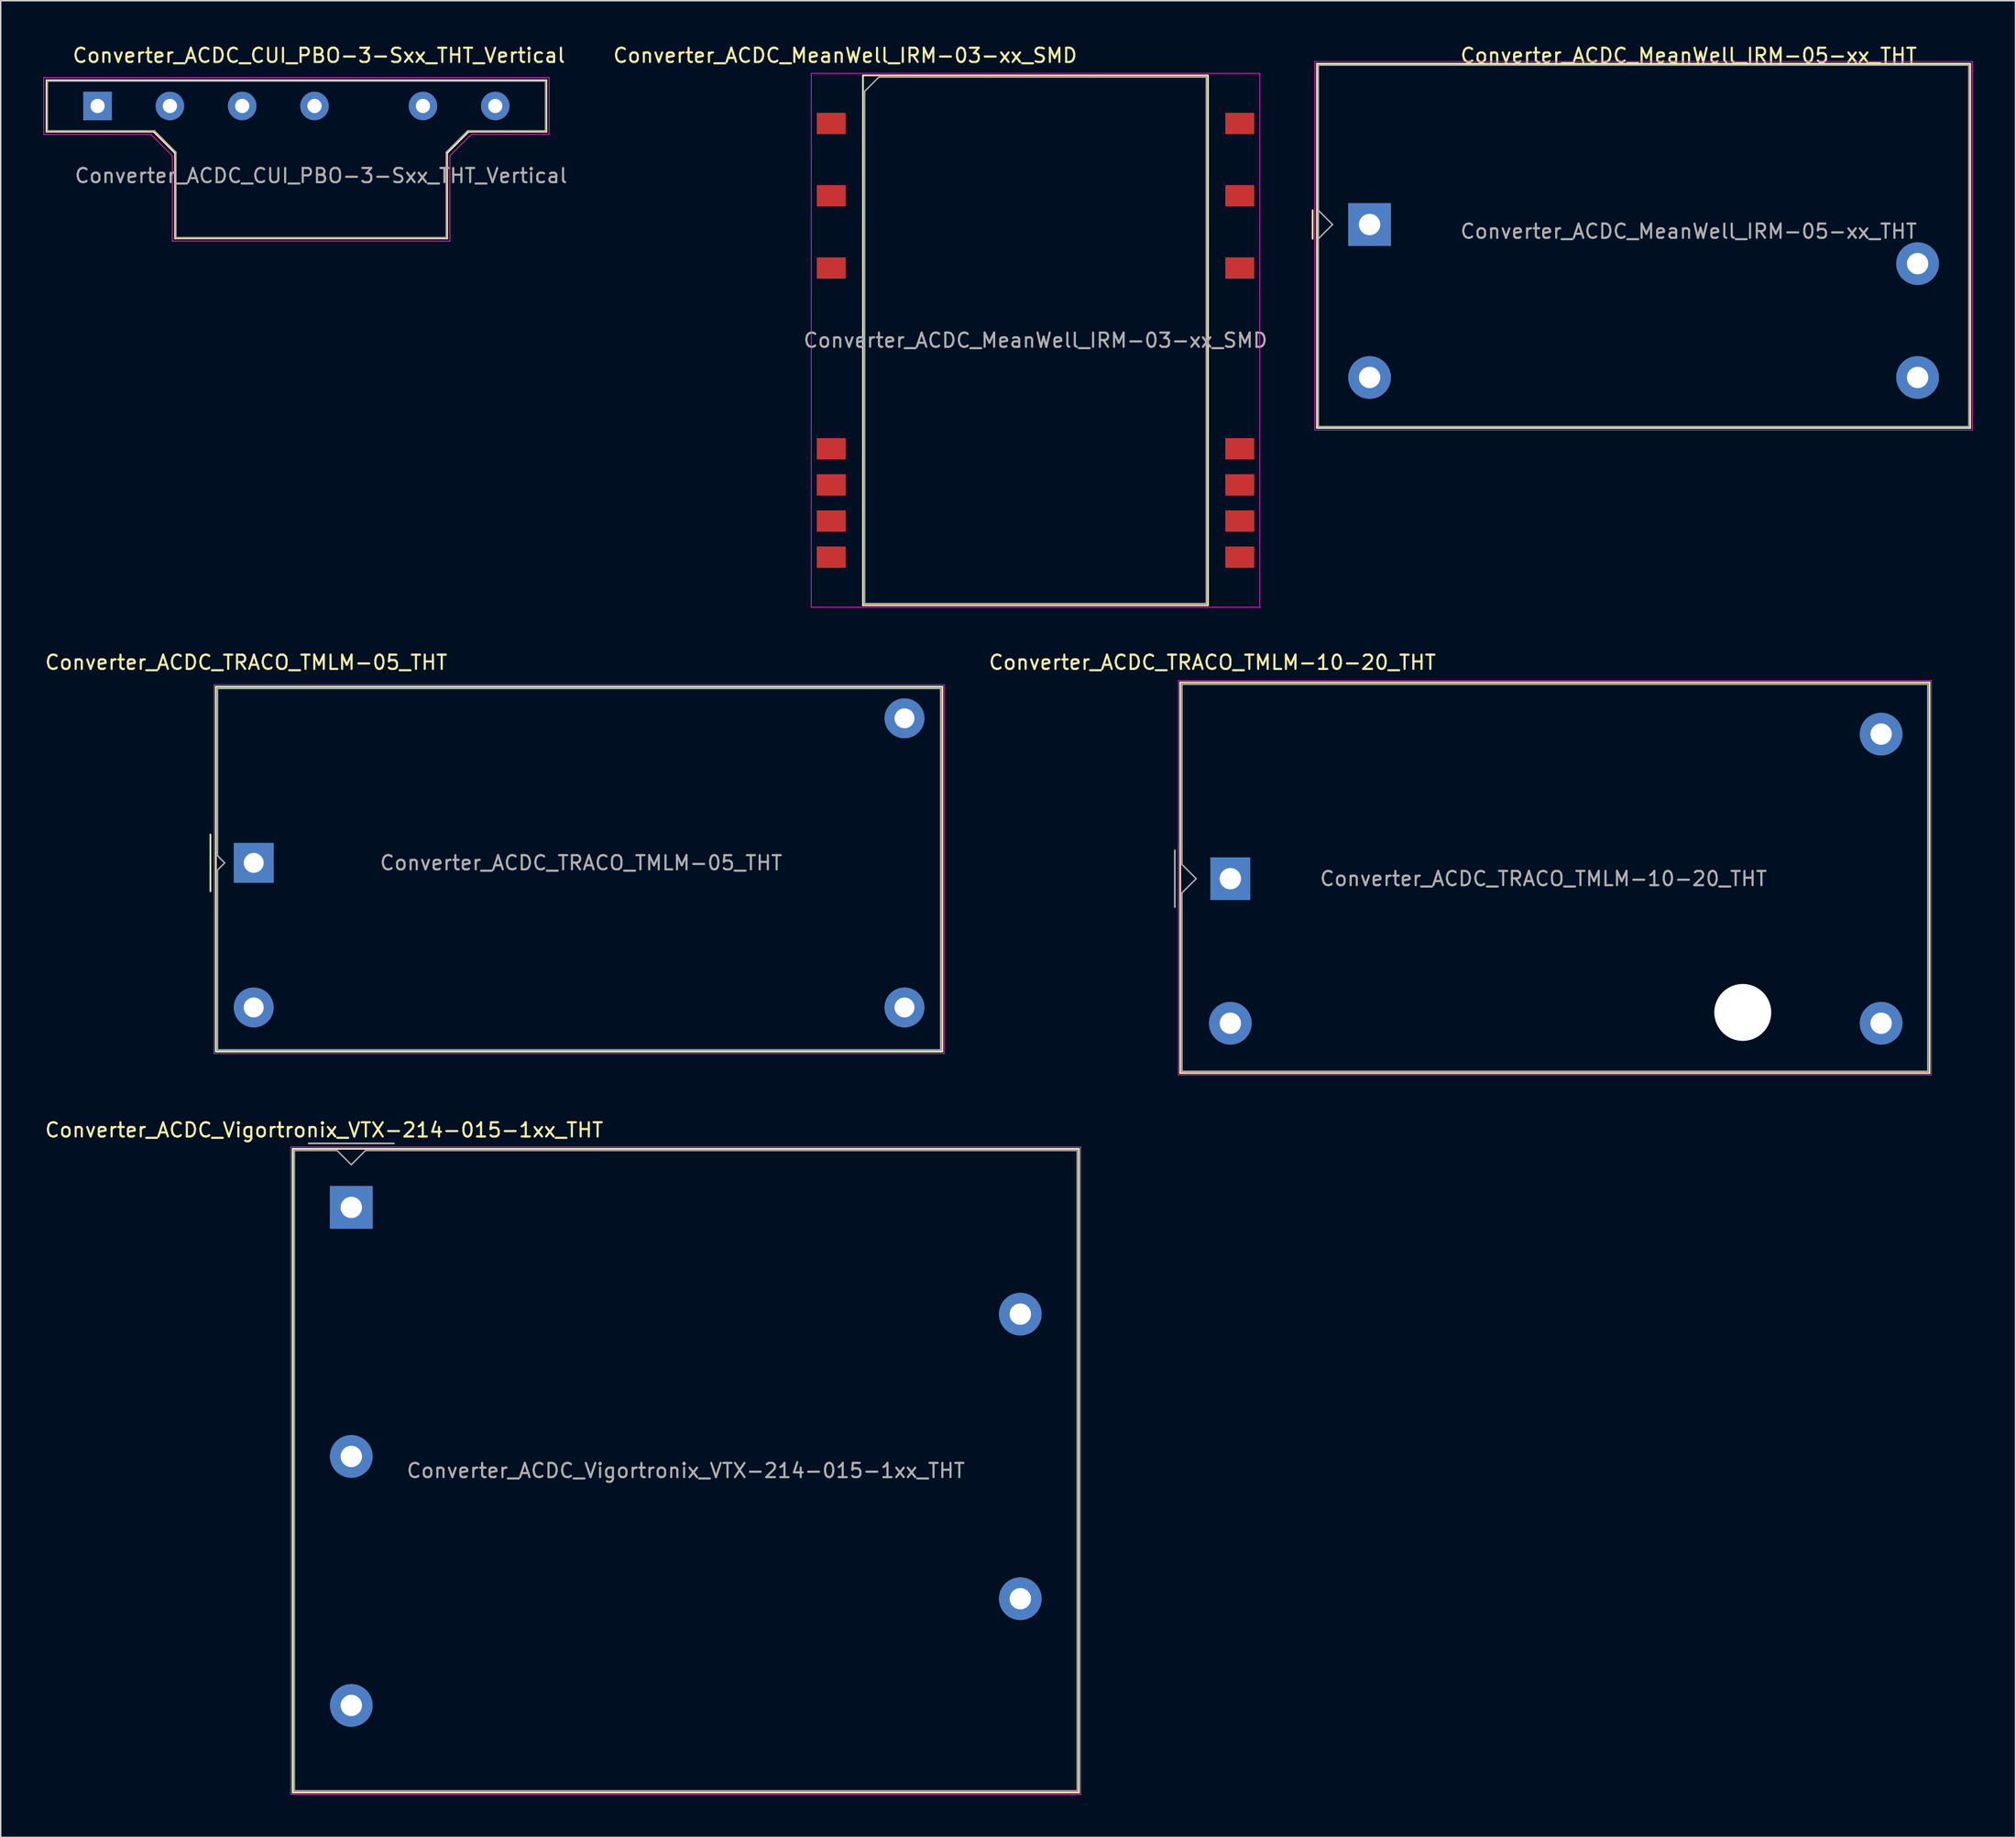
<source format=kicad_pcb>
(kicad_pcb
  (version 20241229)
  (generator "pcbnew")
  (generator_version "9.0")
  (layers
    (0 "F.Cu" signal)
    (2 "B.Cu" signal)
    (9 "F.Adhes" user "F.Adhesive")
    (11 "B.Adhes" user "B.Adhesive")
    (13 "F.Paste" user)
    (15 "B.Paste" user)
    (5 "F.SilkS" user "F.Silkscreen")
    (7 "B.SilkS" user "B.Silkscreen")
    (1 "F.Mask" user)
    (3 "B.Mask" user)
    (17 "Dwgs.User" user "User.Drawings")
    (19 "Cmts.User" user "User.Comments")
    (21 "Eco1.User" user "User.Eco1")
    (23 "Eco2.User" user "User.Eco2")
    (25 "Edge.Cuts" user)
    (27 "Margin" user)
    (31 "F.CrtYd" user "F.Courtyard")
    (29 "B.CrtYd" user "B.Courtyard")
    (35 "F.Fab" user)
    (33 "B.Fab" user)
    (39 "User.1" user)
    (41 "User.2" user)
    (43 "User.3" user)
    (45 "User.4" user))
  (footprint "Converter_ACDC_Vigortronix_VTX-214-015-1xx_THT"
    (layer "F.Cu")
    (at 21.63 81.805)
    (property "Reference" "Converter_ACDC_Vigortronix_VTX-214-015-1xx_THT" (at -1.91 -5.44 0) (layer "F.SilkS") (effects (font (size 1 1) (thickness 0.15))))
    (attr through_hole)
    (fp_line (start -4.12 -4.12) (end 51.12 -4.12) (stroke (width 0.12) (type solid)) (layer "F.SilkS"))
    (fp_line (start -4.12 41.12) (end -4.12 -4.12) (stroke (width 0.12) (type solid)) (layer "F.SilkS"))
    (fp_line (start 51.12 -4.12) (end 51.12 41.12) (stroke (width 0.12) (type solid)) (layer "F.SilkS"))
    (fp_line (start 51.12 41.12) (end -4.12 41.12) (stroke (width 0.12) (type solid)) (layer "F.SilkS"))
    (fp_line (start -4.25 -4.25) (end 51.25 -4.25) (stroke (width 0.05) (type solid)) (layer "F.CrtYd"))
    (fp_line (start -4.25 41.25) (end -4.25 -4.25) (stroke (width 0.05) (type solid)) (layer "F.CrtYd"))
    (fp_line (start 51.25 -4.25) (end 51.25 41.25) (stroke (width 0.05) (type solid)) (layer "F.CrtYd"))
    (fp_line (start 51.25 41.25) (end -4.25 41.25) (stroke (width 0.05) (type solid)) (layer "F.CrtYd"))
    (fp_line (start -4 -4) (end -1 -4) (stroke (width 0.1) (type solid)) (layer "F.Fab"))
    (fp_line (start -4 41) (end -4 -4) (stroke (width 0.1) (type solid)) (layer "F.Fab"))
    (fp_line (start -3 -4.5) (end 3 -4.5) (stroke (width 0.12) (type solid)) (layer "F.Fab"))
    (fp_line (start -1 -4) (end 0 -3) (stroke (width 0.1) (type solid)) (layer "F.Fab"))
    (fp_line (start 0 -3) (end 1 -4) (stroke (width 0.1) (type solid)) (layer "F.Fab"))
    (fp_line (start 1 -4) (end 51 -4) (stroke (width 0.1) (type solid)) (layer "F.Fab"))
    (fp_line (start 51 -4) (end 51 41) (stroke (width 0.1) (type solid)) (layer "F.Fab"))
    (fp_line (start 51 41) (end -4 41) (stroke (width 0.1) (type solid)) (layer "F.Fab"))
    (fp_text user "${REFERENCE}" (at 23.5 18.5 0) (layer "F.Fab") (effects (font (size 1 1) (thickness 0.15))))
    (pad "1" thru_hole rect (at 0 0) (size 3 3) (drill 1.5) (layers "*.Cu" "*.Mask"))
    (pad "2" thru_hole circle (at 0 17.5) (size 3 3) (drill 1.5) (layers "*.Cu" "*.Mask"))
    (pad "3" thru_hole circle (at 0 35) (size 3 3) (drill 1.5) (layers "*.Cu" "*.Mask"))
    (pad "4" thru_hole circle (at 47 27.5) (size 3 3) (drill 1.5) (layers "*.Cu" "*.Mask"))
    (pad "5" thru_hole circle (at 47 7.5) (size 3 3) (drill 1.5) (layers "*.Cu" "*.Mask")))
  (footprint "Converter_ACDC_TRACO_TMLM-10-20_THT"
    (layer "F.Cu")
    (at 83.385 58.702)
    (property "Reference" "Converter_ACDC_TRACO_TMLM-10-20_THT" (at -1.26 -15.2 0) (layer "F.SilkS") (effects (font (size 1 1) (thickness 0.15))))
    (attr through_hole)
    (fp_line (start -3.52 -13.79) (end 49.12 -13.79) (stroke (width 0.12) (type solid)) (layer "F.SilkS"))
    (fp_line (start -3.52 13.66) (end -3.52 -13.79) (stroke (width 0.12) (type solid)) (layer "F.SilkS"))
    (fp_line (start 49.12 -13.79) (end 49.12 13.66) (stroke (width 0.12) (type solid)) (layer "F.SilkS"))
    (fp_line (start 49.12 13.66) (end -3.52 13.66) (stroke (width 0.12) (type solid)) (layer "F.SilkS"))
    (fp_line (start -3.65 -13.92) (end -3.65 13.79) (stroke (width 0.05) (type solid)) (layer "F.CrtYd"))
    (fp_line (start -3.65 -13.92) (end 49.25 -13.92) (stroke (width 0.05) (type solid)) (layer "F.CrtYd"))
    (fp_line (start -3.65 13.79) (end 49.25 13.79) (stroke (width 0.05) (type solid)) (layer "F.CrtYd"))
    (fp_line (start 49.25 -13.92) (end 49.25 13.79) (stroke (width 0.05) (type solid)) (layer "F.CrtYd"))
    (fp_line (start -3.9 -2) (end -3.9 2) (stroke (width 0.12) (type solid)) (layer "F.Fab"))
    (fp_line (start -3.4 -13.66) (end 49 -13.66) (stroke (width 0.1) (type solid)) (layer "F.Fab"))
    (fp_line (start -3.4 -1) (end -3.4 -13.66) (stroke (width 0.1) (type solid)) (layer "F.Fab"))
    (fp_line (start -3.4 13.54) (end -3.4 1) (stroke (width 0.1) (type solid)) (layer "F.Fab"))
    (fp_line (start -2.4 0) (end -3.4 -1) (stroke (width 0.1) (type solid)) (layer "F.Fab"))
    (fp_line (start -2.4 0) (end -3.4 1) (stroke (width 0.1) (type solid)) (layer "F.Fab"))
    (fp_line (start 49 -13.66) (end 49 13.54) (stroke (width 0.1) (type solid)) (layer "F.Fab"))
    (fp_line (start 49 13.54) (end -3.4 13.54) (stroke (width 0.1) (type solid)) (layer "F.Fab"))
    (fp_text user "${REFERENCE}" (at 22 0 0) (layer "F.Fab") (effects (font (size 1 1) (thickness 0.15))))
    (pad "" np_thru_hole circle (at 36 9.4) (size 4 4) (drill 4) (layers "*.Cu" "*.Mask"))
    (pad "1" thru_hole rect (at 0 0) (size 2.8 3) (drill 1.5) (layers "*.Cu" "*.Mask"))
    (pad "2" thru_hole circle (at 0 10.16) (size 3 3) (drill 1.5) (layers "*.Cu" "*.Mask"))
    (pad "3" thru_hole circle (at 45.72 10.16) (size 3 3) (drill 1.5) (layers "*.Cu" "*.Mask"))
    (pad "4" thru_hole circle (at 45.72 -10.16) (size 3 3) (drill 1.5) (layers "*.Cu" "*.Mask")))
  (footprint "Converter_ACDC_MeanWell_IRM-05-xx_THT"
    (layer "F.Cu")
    (at 93.167 12.728)
    (property "Reference" "Converter_ACDC_MeanWell_IRM-05-xx_THT" (at 22.42 -11.88 0) (layer "F.SilkS") (effects (font (size 1 1) (thickness 0.15))))
    (attr through_hole)
    (fp_line (start -4 -1) (end -4 1) (stroke (width 0.12) (type solid)) (layer "F.SilkS"))
    (fp_line (start -3.7 -11.3) (end -3.7 14.3) (stroke (width 0.12) (type solid)) (layer "F.SilkS"))
    (fp_line (start -3.7 -11.3) (end 42.2 -11.3) (stroke (width 0.12) (type solid)) (layer "F.SilkS"))
    (fp_line (start -3.7 14.3) (end 42.2 14.3) (stroke (width 0.12) (type solid)) (layer "F.SilkS"))
    (fp_line (start 42.2 -11.3) (end 42.2 14.3) (stroke (width 0.12) (type solid)) (layer "F.SilkS"))
    (fp_line (start -3.85 -11.45) (end -3.85 14.45) (stroke (width 0.05) (type solid)) (layer "F.CrtYd"))
    (fp_line (start -3.85 -11.45) (end 42.35 -11.45) (stroke (width 0.05) (type solid)) (layer "F.CrtYd"))
    (fp_line (start -3.85 14.45) (end 42.35 14.45) (stroke (width 0.05) (type solid)) (layer "F.CrtYd"))
    (fp_line (start 42.35 -11.45) (end 42.35 14.45) (stroke (width 0.05) (type solid)) (layer "F.CrtYd"))
    (fp_line (start -3.6 -11.2) (end -3.6 14.2) (stroke (width 0.1) (type solid)) (layer "F.Fab"))
    (fp_line (start -3.6 14.2) (end 42.1 14.2) (stroke (width 0.1) (type solid)) (layer "F.Fab"))
    (fp_line (start -2.6 0) (end -3.6 -1) (stroke (width 0.1) (type solid)) (layer "F.Fab"))
    (fp_line (start -2.6 0) (end -3.6 1) (stroke (width 0.1) (type solid)) (layer "F.Fab"))
    (fp_line (start 42.1 -11.2) (end -3.6 -11.2) (stroke (width 0.1) (type solid)) (layer "F.Fab"))
    (fp_line (start 42.1 -11.2) (end 42.1 14.2) (stroke (width 0.1) (type solid)) (layer "F.Fab"))
    (fp_text user "${REFERENCE}" (at 22.42 0.48 0) (layer "F.Fab") (effects (font (size 1 1) (thickness 0.15))))
    (pad "1" thru_hole rect (at 0 0) (size 3 3) (drill 1.5) (layers "*.Cu" "*.Mask"))
    (pad "2" thru_hole circle (at 0 10.75) (size 3 3) (drill 1.5) (layers "*.Cu" "*.Mask"))
    (pad "3" thru_hole circle (at 38.5 10.75) (size 3 3) (drill 1.5) (layers "*.Cu" "*.Mask"))
    (pad "4" thru_hole circle (at 38.5 2.75) (size 3 3) (drill 1.5) (layers "*.Cu" "*.Mask")))
  (footprint "Converter_ACDC_TRACO_TMLM-05_THT"
    (layer "F.Cu")
    (at 14.774 57.592)
    (property "Reference" "Converter_ACDC_TRACO_TMLM-05_THT" (at -0.53 -14.09 0) (layer "F.SilkS") (effects (font (size 1 1) (thickness 0.15))))
    (attr through_hole)
    (fp_line (start -3.04 -2) (end -3.04 2) (stroke (width 0.12) (type solid)) (layer "F.SilkS"))
    (fp_line (start -2.66 -12.38) (end 48.38 -12.38) (stroke (width 0.12) (type solid)) (layer "F.SilkS"))
    (fp_line (start -2.66 13.26) (end -2.66 -12.38) (stroke (width 0.12) (type solid)) (layer "F.SilkS"))
    (fp_line (start 48.38 -12.38) (end 48.38 13.26) (stroke (width 0.12) (type solid)) (layer "F.SilkS"))
    (fp_line (start 48.38 13.26) (end -2.66 13.26) (stroke (width 0.12) (type solid)) (layer "F.SilkS"))
    (fp_line (start -2.79 -12.51) (end -2.79 13.39) (stroke (width 0.05) (type solid)) (layer "F.CrtYd"))
    (fp_line (start -2.79 -12.51) (end 48.51 -12.51) (stroke (width 0.05) (type solid)) (layer "F.CrtYd"))
    (fp_line (start -2.79 13.39) (end 48.51 13.39) (stroke (width 0.05) (type solid)) (layer "F.CrtYd"))
    (fp_line (start 48.51 -12.51) (end 48.51 13.39) (stroke (width 0.05) (type solid)) (layer "F.CrtYd"))
    (fp_line (start -2.54 -12.26) (end 48.26 -12.26) (stroke (width 0.1) (type solid)) (layer "F.Fab"))
    (fp_line (start -2.54 -0.5) (end -2.54 -12.26) (stroke (width 0.1) (type solid)) (layer "F.Fab"))
    (fp_line (start -2.54 0.5) (end -2.04 0) (stroke (width 0.1) (type solid)) (layer "F.Fab"))
    (fp_line (start -2.54 13.14) (end -2.54 0.5) (stroke (width 0.1) (type solid)) (layer "F.Fab"))
    (fp_line (start -2.04 0) (end -2.54 -0.5) (stroke (width 0.1) (type solid)) (layer "F.Fab"))
    (fp_line (start 48.26 -12.26) (end 48.26 13.14) (stroke (width 0.1) (type solid)) (layer "F.Fab"))
    (fp_line (start 48.26 13.14) (end -2.54 13.14) (stroke (width 0.1) (type solid)) (layer "F.Fab"))
    (fp_text user "${REFERENCE}" (at 23 0 0) (layer "F.Fab") (effects (font (size 1 1) (thickness 0.15))))
    (pad "1" thru_hole rect (at 0 0) (size 2.8 2.8) (drill 1.4) (layers "*.Cu" "*.Mask"))
    (pad "2" thru_hole circle (at 0 10.16) (size 2.8 2.8) (drill 1.4) (layers "*.Cu" "*.Mask"))
    (pad "3" thru_hole circle (at 45.72 10.16) (size 2.8 2.8) (drill 1.4) (layers "*.Cu" "*.Mask"))
    (pad "4" thru_hole circle (at 45.72 -10.16) (size 2.8 2.8) (drill 1.4) (layers "*.Cu" "*.Mask")))
  (footprint "Converter_ACDC_MeanWell_IRM-03-xx_SMD"
    (layer "F.Cu")
    (at 69.696 20.868)
    (property "Reference" "Converter_ACDC_MeanWell_IRM-03-xx_SMD" (at -13.37 -20.02 0) (layer "F.SilkS") (effects (font (size 1 1) (thickness 0.15))))
    (attr smd)
    (fp_line (start -12.12 -18.62) (end 12.12 -18.62) (stroke (width 0.12) (type solid)) (layer "F.SilkS"))
    (fp_line (start -12.12 18.62) (end -12.12 -18.62) (stroke (width 0.12) (type solid)) (layer "F.SilkS"))
    (fp_line (start 12.12 -18.62) (end 12.12 18.62) (stroke (width 0.12) (type solid)) (layer "F.SilkS"))
    (fp_line (start 12.12 18.62) (end -12.12 18.62) (stroke (width 0.12) (type solid)) (layer "F.SilkS"))
    (fp_line (start -15.75 -18.76) (end -15.75 18.76) (stroke (width 0.05) (type solid)) (layer "F.CrtYd"))
    (fp_line (start -15.75 18.76) (end 15.75 18.76) (stroke (width 0.05) (type solid)) (layer "F.CrtYd"))
    (fp_line (start 15.75 -18.76) (end -15.75 -18.76) (stroke (width 0.05) (type solid)) (layer "F.CrtYd"))
    (fp_line (start 15.75 18.76) (end 15.75 -18.76) (stroke (width 0.05) (type solid)) (layer "F.CrtYd"))
    (fp_line (start -12 -17.5) (end -12 18.5) (stroke (width 0.1) (type solid)) (layer "F.Fab"))
    (fp_line (start -12 -17.5) (end -11 -18.5) (stroke (width 0.1) (type solid)) (layer "F.Fab"))
    (fp_line (start -12 18.5) (end 12 18.5) (stroke (width 0.1) (type solid)) (layer "F.Fab"))
    (fp_line (start 12 -18.5) (end -11 -18.5) (stroke (width 0.1) (type solid)) (layer "F.Fab"))
    (fp_line (start 12 18.5) (end 12 -18.5) (stroke (width 0.1) (type solid)) (layer "F.Fab"))
    (fp_text user "${REFERENCE}" (at 0 0 0) (layer "F.Fab") (effects (font (size 1 1) (thickness 0.15))))
    (pad "1" smd rect (at -14.35 -15.24 270) (size 1.5 2.03) (layers "F.Cu" "F.Mask" "F.Paste"))
    (pad "3" smd rect (at -14.35 -10.16 270) (size 1.5 2.03) (layers "F.Cu" "F.Mask" "F.Paste"))
    (pad "5" smd rect (at -14.35 -5.08 270) (size 1.5 2.03) (layers "F.Cu" "F.Mask" "F.Paste"))
    (pad "10" smd rect (at -14.35 7.62 270) (size 1.5 2.03) (layers "F.Cu" "F.Mask" "F.Paste"))
    (pad "11" smd rect (at -14.35 10.16 270) (size 1.5 2.03) (layers "F.Cu" "F.Mask" "F.Paste"))
    (pad "12" smd rect (at -14.35 12.7 270) (size 1.5 2.03) (layers "F.Cu" "F.Mask" "F.Paste"))
    (pad "13" smd rect (at -14.35 15.24 270) (size 1.5 2.03) (layers "F.Cu" "F.Mask" "F.Paste"))
    (pad "14" smd rect (at 14.35 15.24 270) (size 1.5 2.03) (layers "F.Cu" "F.Mask" "F.Paste"))
    (pad "15" smd rect (at 14.35 12.7 270) (size 1.5 2.03) (layers "F.Cu" "F.Mask" "F.Paste"))
    (pad "16" smd rect (at 14.35 10.16 270) (size 1.5 2.03) (layers "F.Cu" "F.Mask" "F.Paste"))
    (pad "17" smd rect (at 14.35 7.62 270) (size 1.5 2.03) (layers "F.Cu" "F.Mask" "F.Paste"))
    (pad "22" smd rect (at 14.35 -5.08 270) (size 1.5 2.03) (layers "F.Cu" "F.Mask" "F.Paste"))
    (pad "24" smd rect (at 14.35 -10.16 270) (size 1.5 2.03) (layers "F.Cu" "F.Mask" "F.Paste"))
    (pad "26" smd rect (at 14.35 -15.24 270) (size 1.5 2.03) (layers "F.Cu" "F.Mask" "F.Paste")))
  (footprint "Converter_ACDC_CUI_PBO-3-Sxx_THT_Vertical"
    (layer "F.Cu")
    (at 3.805 4.398)
    (property "Reference" "Converter_ACDC_CUI_PBO-3-Sxx_THT_Vertical" (at 15.55 -3.55 0) (layer "F.SilkS") (effects (font (size 1 1) (thickness 0.15))))
    (attr through_hole)
    (fp_line (start -3.59 -1.81) (end 31.53 -1.81) (stroke (width 0.12) (type solid)) (layer "F.SilkS"))
    (fp_line (start -3.59 1.81) (end -3.59 -1.81) (stroke (width 0.12) (type solid)) (layer "F.SilkS"))
    (fp_line (start 3.94 1.81) (end -3.59 1.81) (stroke (width 0.12) (type solid)) (layer "F.SilkS"))
    (fp_line (start 5.44 3.31) (end 3.94 1.81) (stroke (width 0.12) (type solid)) (layer "F.SilkS"))
    (fp_line (start 5.44 9.31) (end 5.44 3.31) (stroke (width 0.12) (type solid)) (layer "F.SilkS"))
    (fp_line (start 24.56 3.31) (end 24.56 9.31) (stroke (width 0.12) (type solid)) (layer "F.SilkS"))
    (fp_line (start 24.56 9.31) (end 5.44 9.31) (stroke (width 0.12) (type solid)) (layer "F.SilkS"))
    (fp_line (start 26.06 1.81) (end 24.56 3.31) (stroke (width 0.12) (type solid)) (layer "F.SilkS"))
    (fp_line (start 31.53 -1.81) (end 31.53 1.81) (stroke (width 0.12) (type solid)) (layer "F.SilkS"))
    (fp_line (start 31.53 1.81) (end 26.06 1.81) (stroke (width 0.12) (type solid)) (layer "F.SilkS"))
    (fp_line (start -3.78 -2) (end 31.72 -2) (stroke (width 0.05) (type solid)) (layer "F.CrtYd"))
    (fp_line (start -3.78 2) (end -3.78 -2) (stroke (width 0.05) (type solid)) (layer "F.CrtYd"))
    (fp_line (start 3.75 2) (end -3.78 2) (stroke (width 0.05) (type solid)) (layer "F.CrtYd"))
    (fp_line (start 5.25 3.5) (end 3.75 2) (stroke (width 0.05) (type solid)) (layer "F.CrtYd"))
    (fp_line (start 5.25 9.5) (end 5.25 3.5) (stroke (width 0.05) (type solid)) (layer "F.CrtYd"))
    (fp_line (start 24.75 3.5) (end 24.75 9.5) (stroke (width 0.05) (type solid)) (layer "F.CrtYd"))
    (fp_line (start 24.75 9.5) (end 5.25 9.5) (stroke (width 0.05) (type solid)) (layer "F.CrtYd"))
    (fp_line (start 26.25 2) (end 24.75 3.5) (stroke (width 0.05) (type solid)) (layer "F.CrtYd"))
    (fp_line (start 31.72 -2) (end 31.72 2) (stroke (width 0.05) (type solid)) (layer "F.CrtYd"))
    (fp_line (start 31.72 2) (end 26.25 2) (stroke (width 0.05) (type solid)) (layer "F.CrtYd"))
    (fp_line (start -3.53 -1.75) (end -3.53 1.75) (stroke (width 0.1) (type solid)) (layer "F.Fab"))
    (fp_line (start -3.53 -1.75) (end 31.47 -1.75) (stroke (width 0.1) (type solid)) (layer "F.Fab"))
    (fp_line (start -3.53 1.75) (end 4 1.75) (stroke (width 0.1) (type solid)) (layer "F.Fab"))
    (fp_line (start 4 1.75) (end 5.5 3.25) (stroke (width 0.1) (type solid)) (layer "F.Fab"))
    (fp_line (start 5.5 3.25) (end 5.5 9.25) (stroke (width 0.1) (type solid)) (layer "F.Fab"))
    (fp_line (start 5.5 9.25) (end 24.5 9.25) (stroke (width 0.1) (type solid)) (layer "F.Fab"))
    (fp_line (start 24.5 3.25) (end 24.5 9.25) (stroke (width 0.1) (type solid)) (layer "F.Fab"))
    (fp_line (start 24.5 3.25) (end 26 1.75) (stroke (width 0.1) (type solid)) (layer "F.Fab"))
    (fp_line (start 26 1.75) (end 31.47 1.75) (stroke (width 0.1) (type solid)) (layer "F.Fab"))
    (fp_line (start 31.47 -1.75) (end 31.47 1.75) (stroke (width 0.1) (type solid)) (layer "F.Fab"))
    (fp_text user "${REFERENCE}" (at 15.7 4.9 0) (layer "F.Fab") (effects (font (size 1 1) (thickness 0.15))))
    (pad "1" thru_hole rect (at 0 0) (size 2 2) (drill 1) (layers "*.Cu" "*.Mask"))
    (pad "3" thru_hole circle (at 5.08 0) (size 2 2) (drill 1) (layers "*.Cu" "*.Mask"))
    (pad "5" thru_hole circle (at 10.16 0) (size 2 2) (drill 1) (layers "*.Cu" "*.Mask"))
    (pad "7" thru_hole circle (at 15.24 0) (size 2 2) (drill 1) (layers "*.Cu" "*.Mask"))
    (pad "10" thru_hole circle (at 22.86 0) (size 2 2) (drill 1) (layers "*.Cu" "*.Mask"))
    (pad "12" thru_hole circle (at 27.94 0) (size 2 2) (drill 1) (layers "*.Cu" "*.Mask")))
  (gr_rect
    (start -3 -3)
    (end 138.542 126.08)
    (stroke (width 0.1) (type default))
    (fill no)
    (layer "Edge.Cuts")))
</source>
